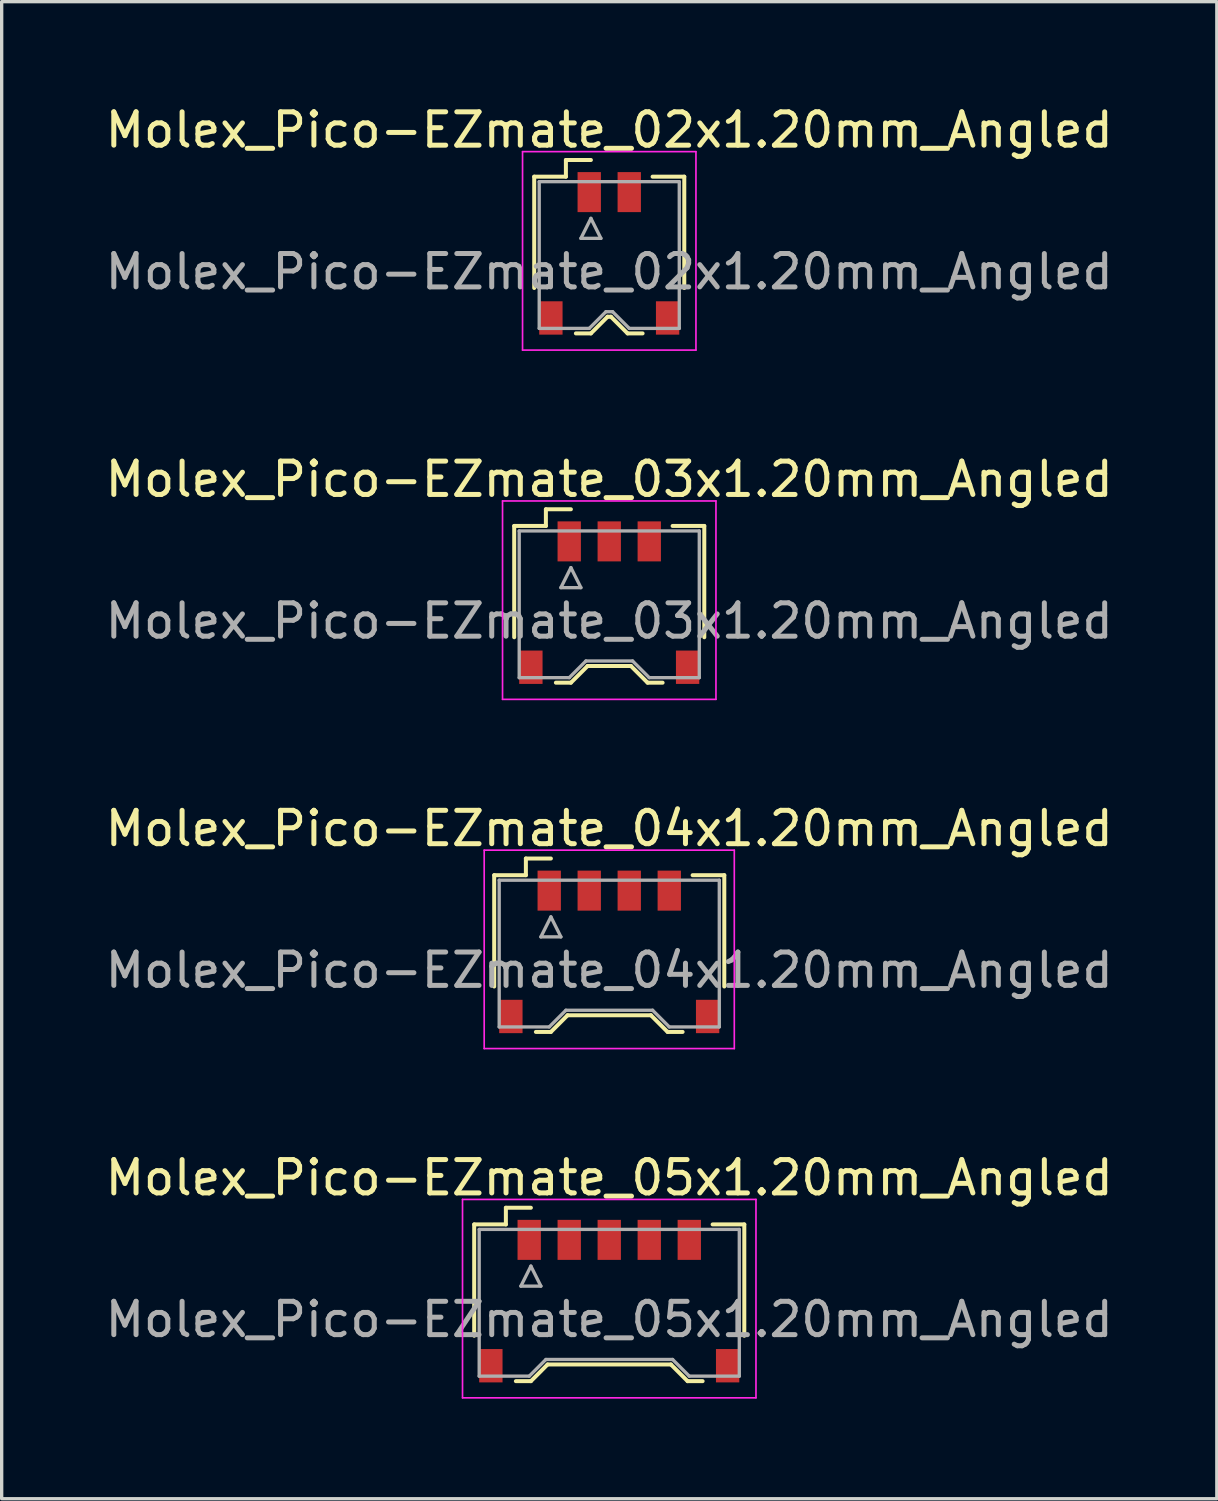
<source format=kicad_pcb>
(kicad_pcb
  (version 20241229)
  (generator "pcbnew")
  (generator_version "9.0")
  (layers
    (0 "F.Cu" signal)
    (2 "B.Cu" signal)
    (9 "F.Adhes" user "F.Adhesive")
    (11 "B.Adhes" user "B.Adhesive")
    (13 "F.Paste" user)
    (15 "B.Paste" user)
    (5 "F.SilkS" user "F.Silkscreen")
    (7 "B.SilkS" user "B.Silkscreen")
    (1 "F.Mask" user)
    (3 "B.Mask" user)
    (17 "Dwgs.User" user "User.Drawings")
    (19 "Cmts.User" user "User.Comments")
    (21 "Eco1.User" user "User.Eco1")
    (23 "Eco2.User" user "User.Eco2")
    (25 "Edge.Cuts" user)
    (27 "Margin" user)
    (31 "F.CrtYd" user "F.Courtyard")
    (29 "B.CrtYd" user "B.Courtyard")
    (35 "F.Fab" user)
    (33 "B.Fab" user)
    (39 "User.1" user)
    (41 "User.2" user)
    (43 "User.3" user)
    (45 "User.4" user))
  (footprint "Molex_Pico-EZmate_03x1.20mm_Angled"
    (layer "F.Cu")
    (at 15.22 15.072)
    (property "Reference" "Molex_Pico-EZmate_03x1.20mm_Angled" (at 0 -3.75 0) (layer "F.SilkS") (effects (font (size 1 1) (thickness 0.15))))
    (attr smd)
    (fp_line (start -2.85 -2.35) (end -2.85 0.988) (stroke (width 0.12) (type solid)) (layer "F.SilkS"))
    (fp_line (start -1.9 -2.85) (end -1.15 -2.85) (stroke (width 0.12) (type solid)) (layer "F.SilkS"))
    (fp_line (start -1.9 -2.35) (end -2.85 -2.35) (stroke (width 0.12) (type solid)) (layer "F.SilkS"))
    (fp_line (start -1.9 -2.35) (end -1.9 -2.85) (stroke (width 0.12) (type solid)) (layer "F.SilkS"))
    (fp_line (start -1.6 2.35) (end -1.15 2.35) (stroke (width 0.12) (type solid)) (layer "F.SilkS"))
    (fp_line (start -1.15 2.35) (end -0.65 1.85) (stroke (width 0.12) (type solid)) (layer "F.SilkS"))
    (fp_line (start -0.65 1.85) (end 0.65 1.85) (stroke (width 0.12) (type solid)) (layer "F.SilkS"))
    (fp_line (start 0.65 1.85) (end 1.15 2.35) (stroke (width 0.12) (type solid)) (layer "F.SilkS"))
    (fp_line (start 1.15 2.35) (end 1.6 2.35) (stroke (width 0.12) (type solid)) (layer "F.SilkS"))
    (fp_line (start 1.9 -2.35) (end 2.85 -2.35) (stroke (width 0.12) (type solid)) (layer "F.SilkS"))
    (fp_line (start 2.85 -2.35) (end 2.85 0.988) (stroke (width 0.12) (type solid)) (layer "F.SilkS"))
    (fp_line (start -3.2 -3.1) (end -3.2 2.85) (stroke (width 0.05) (type solid)) (layer "F.CrtYd"))
    (fp_line (start -3.2 2.85) (end 3.2 2.85) (stroke (width 0.05) (type solid)) (layer "F.CrtYd"))
    (fp_line (start 3.2 -3.1) (end -3.2 -3.1) (stroke (width 0.05) (type solid)) (layer "F.CrtYd"))
    (fp_line (start 3.2 2.85) (end 3.2 -3.1) (stroke (width 0.05) (type solid)) (layer "F.CrtYd"))
    (fp_line (start -2.7 -2.2) (end -2.7 2.2) (stroke (width 0.1) (type solid)) (layer "F.Fab"))
    (fp_line (start -2.7 2.2) (end -1.2 2.2) (stroke (width 0.1) (type solid)) (layer "F.Fab"))
    (fp_line (start -1.45 -0.5) (end -0.85 -0.5) (stroke (width 0.1) (type solid)) (layer "F.Fab"))
    (fp_line (start -1.2 2.2) (end -0.7 1.7) (stroke (width 0.1) (type solid)) (layer "F.Fab"))
    (fp_line (start -1.15 -1.1) (end -1.45 -0.5) (stroke (width 0.1) (type solid)) (layer "F.Fab"))
    (fp_line (start -0.85 -0.5) (end -1.15 -1.1) (stroke (width 0.1) (type solid)) (layer "F.Fab"))
    (fp_line (start -0.7 1.7) (end 0.7 1.7) (stroke (width 0.1) (type solid)) (layer "F.Fab"))
    (fp_line (start 0.7 1.7) (end 1.2 2.2) (stroke (width 0.1) (type solid)) (layer "F.Fab"))
    (fp_line (start 1.2 2.2) (end 2.7 2.2) (stroke (width 0.1) (type solid)) (layer "F.Fab"))
    (fp_line (start 2.7 -2.2) (end -2.7 -2.2) (stroke (width 0.1) (type solid)) (layer "F.Fab"))
    (fp_line (start 2.7 2.2) (end 2.7 -2.2) (stroke (width 0.1) (type solid)) (layer "F.Fab"))
    (fp_text user "${REFERENCE}" (at 0 0.5 0) (layer "F.Fab") (effects (font (size 1 1) (thickness 0.15))))
    (pad "" smd rect (at -2.35 1.887) (size 0.7 1) (layers "F.Cu" "F.Mask" "F.Paste"))
    (pad "" smd rect (at 2.35 1.887) (size 0.7 1) (layers "F.Cu" "F.Mask" "F.Paste"))
    (pad "1" smd rect (at -1.2 -1.887) (size 0.7 1.2) (layers "F.Cu" "F.Mask" "F.Paste"))
    (pad "2" smd rect (at 0 -1.887) (size 0.7 1.2) (layers "F.Cu" "F.Mask" "F.Paste"))
    (pad "3" smd rect (at 1.2 -1.887) (size 0.7 1.2) (layers "F.Cu" "F.Mask" "F.Paste")))
  (footprint "Molex_Pico-EZmate_04x1.20mm_Angled"
    (layer "F.Cu")
    (at 15.22 25.545)
    (property "Reference" "Molex_Pico-EZmate_04x1.20mm_Angled" (at 0 -3.75 0) (layer "F.SilkS") (effects (font (size 1 1) (thickness 0.15))))
    (attr smd)
    (fp_line (start -3.45 -2.35) (end -3.45 0.988) (stroke (width 0.12) (type solid)) (layer "F.SilkS"))
    (fp_line (start -2.5 -2.85) (end -1.75 -2.85) (stroke (width 0.12) (type solid)) (layer "F.SilkS"))
    (fp_line (start -2.5 -2.35) (end -3.45 -2.35) (stroke (width 0.12) (type solid)) (layer "F.SilkS"))
    (fp_line (start -2.5 -2.35) (end -2.5 -2.85) (stroke (width 0.12) (type solid)) (layer "F.SilkS"))
    (fp_line (start -2.2 2.35) (end -1.75 2.35) (stroke (width 0.12) (type solid)) (layer "F.SilkS"))
    (fp_line (start -1.75 2.35) (end -1.25 1.85) (stroke (width 0.12) (type solid)) (layer "F.SilkS"))
    (fp_line (start -1.25 1.85) (end 1.25 1.85) (stroke (width 0.12) (type solid)) (layer "F.SilkS"))
    (fp_line (start 1.25 1.85) (end 1.75 2.35) (stroke (width 0.12) (type solid)) (layer "F.SilkS"))
    (fp_line (start 1.75 2.35) (end 2.2 2.35) (stroke (width 0.12) (type solid)) (layer "F.SilkS"))
    (fp_line (start 2.5 -2.35) (end 3.45 -2.35) (stroke (width 0.12) (type solid)) (layer "F.SilkS"))
    (fp_line (start 3.45 -2.35) (end 3.45 0.988) (stroke (width 0.12) (type solid)) (layer "F.SilkS"))
    (fp_line (start -3.75 -3.1) (end -3.75 2.85) (stroke (width 0.05) (type solid)) (layer "F.CrtYd"))
    (fp_line (start -3.75 2.85) (end 3.75 2.85) (stroke (width 0.05) (type solid)) (layer "F.CrtYd"))
    (fp_line (start 3.75 -3.1) (end -3.75 -3.1) (stroke (width 0.05) (type solid)) (layer "F.CrtYd"))
    (fp_line (start 3.75 2.85) (end 3.75 -3.1) (stroke (width 0.05) (type solid)) (layer "F.CrtYd"))
    (fp_line (start -3.3 -2.2) (end -3.3 2.2) (stroke (width 0.1) (type solid)) (layer "F.Fab"))
    (fp_line (start -3.3 2.2) (end -1.8 2.2) (stroke (width 0.1) (type solid)) (layer "F.Fab"))
    (fp_line (start -2.05 -0.5) (end -1.45 -0.5) (stroke (width 0.1) (type solid)) (layer "F.Fab"))
    (fp_line (start -1.8 2.2) (end -1.3 1.7) (stroke (width 0.1) (type solid)) (layer "F.Fab"))
    (fp_line (start -1.75 -1.1) (end -2.05 -0.5) (stroke (width 0.1) (type solid)) (layer "F.Fab"))
    (fp_line (start -1.45 -0.5) (end -1.75 -1.1) (stroke (width 0.1) (type solid)) (layer "F.Fab"))
    (fp_line (start -1.3 1.7) (end 1.3 1.7) (stroke (width 0.1) (type solid)) (layer "F.Fab"))
    (fp_line (start 1.3 1.7) (end 1.8 2.2) (stroke (width 0.1) (type solid)) (layer "F.Fab"))
    (fp_line (start 1.8 2.2) (end 3.3 2.2) (stroke (width 0.1) (type solid)) (layer "F.Fab"))
    (fp_line (start 3.3 -2.2) (end -3.3 -2.2) (stroke (width 0.1) (type solid)) (layer "F.Fab"))
    (fp_line (start 3.3 2.2) (end 3.3 -2.2) (stroke (width 0.1) (type solid)) (layer "F.Fab"))
    (fp_text user "${REFERENCE}" (at 0 0.5 0) (layer "F.Fab") (effects (font (size 1 1) (thickness 0.15))))
    (pad "" smd rect (at -2.95 1.887) (size 0.7 1) (layers "F.Cu" "F.Mask" "F.Paste"))
    (pad "" smd rect (at 2.95 1.887) (size 0.7 1) (layers "F.Cu" "F.Mask" "F.Paste"))
    (pad "1" smd rect (at -1.8 -1.887) (size 0.7 1.2) (layers "F.Cu" "F.Mask" "F.Paste"))
    (pad "2" smd rect (at -0.6 -1.887) (size 0.7 1.2) (layers "F.Cu" "F.Mask" "F.Paste"))
    (pad "3" smd rect (at 0.6 -1.887) (size 0.7 1.2) (layers "F.Cu" "F.Mask" "F.Paste"))
    (pad "4" smd rect (at 1.8 -1.887) (size 0.7 1.2) (layers "F.Cu" "F.Mask" "F.Paste")))
  (footprint "Molex_Pico-EZmate_05x1.20mm_Angled"
    (layer "F.Cu")
    (at 15.22 36.018)
    (property "Reference" "Molex_Pico-EZmate_05x1.20mm_Angled" (at 0 -3.75 0) (layer "F.SilkS") (effects (font (size 1 1) (thickness 0.15))))
    (attr smd)
    (fp_line (start -4.05 -2.35) (end -4.05 0.988) (stroke (width 0.12) (type solid)) (layer "F.SilkS"))
    (fp_line (start -3.1 -2.85) (end -2.35 -2.85) (stroke (width 0.12) (type solid)) (layer "F.SilkS"))
    (fp_line (start -3.1 -2.35) (end -4.05 -2.35) (stroke (width 0.12) (type solid)) (layer "F.SilkS"))
    (fp_line (start -3.1 -2.35) (end -3.1 -2.85) (stroke (width 0.12) (type solid)) (layer "F.SilkS"))
    (fp_line (start -2.8 2.35) (end -2.35 2.35) (stroke (width 0.12) (type solid)) (layer "F.SilkS"))
    (fp_line (start -2.35 2.35) (end -1.85 1.85) (stroke (width 0.12) (type solid)) (layer "F.SilkS"))
    (fp_line (start -1.85 1.85) (end 1.85 1.85) (stroke (width 0.12) (type solid)) (layer "F.SilkS"))
    (fp_line (start 1.85 1.85) (end 2.35 2.35) (stroke (width 0.12) (type solid)) (layer "F.SilkS"))
    (fp_line (start 2.35 2.35) (end 2.8 2.35) (stroke (width 0.12) (type solid)) (layer "F.SilkS"))
    (fp_line (start 3.1 -2.35) (end 4.05 -2.35) (stroke (width 0.12) (type solid)) (layer "F.SilkS"))
    (fp_line (start 4.05 -2.35) (end 4.05 0.988) (stroke (width 0.12) (type solid)) (layer "F.SilkS"))
    (fp_line (start -4.4 -3.1) (end -4.4 2.85) (stroke (width 0.05) (type solid)) (layer "F.CrtYd"))
    (fp_line (start -4.4 2.85) (end 4.4 2.85) (stroke (width 0.05) (type solid)) (layer "F.CrtYd"))
    (fp_line (start 4.4 -3.1) (end -4.4 -3.1) (stroke (width 0.05) (type solid)) (layer "F.CrtYd"))
    (fp_line (start 4.4 2.85) (end 4.4 -3.1) (stroke (width 0.05) (type solid)) (layer "F.CrtYd"))
    (fp_line (start -3.9 -2.2) (end -3.9 2.2) (stroke (width 0.1) (type solid)) (layer "F.Fab"))
    (fp_line (start -3.9 2.2) (end -2.4 2.2) (stroke (width 0.1) (type solid)) (layer "F.Fab"))
    (fp_line (start -2.65 -0.5) (end -2.05 -0.5) (stroke (width 0.1) (type solid)) (layer "F.Fab"))
    (fp_line (start -2.4 2.2) (end -1.9 1.7) (stroke (width 0.1) (type solid)) (layer "F.Fab"))
    (fp_line (start -2.35 -1.1) (end -2.65 -0.5) (stroke (width 0.1) (type solid)) (layer "F.Fab"))
    (fp_line (start -2.05 -0.5) (end -2.35 -1.1) (stroke (width 0.1) (type solid)) (layer "F.Fab"))
    (fp_line (start -1.9 1.7) (end 1.9 1.7) (stroke (width 0.1) (type solid)) (layer "F.Fab"))
    (fp_line (start 1.9 1.7) (end 2.4 2.2) (stroke (width 0.1) (type solid)) (layer "F.Fab"))
    (fp_line (start 2.4 2.2) (end 3.9 2.2) (stroke (width 0.1) (type solid)) (layer "F.Fab"))
    (fp_line (start 3.9 -2.2) (end -3.9 -2.2) (stroke (width 0.1) (type solid)) (layer "F.Fab"))
    (fp_line (start 3.9 2.2) (end 3.9 -2.2) (stroke (width 0.1) (type solid)) (layer "F.Fab"))
    (fp_text user "${REFERENCE}" (at 0 0.5 0) (layer "F.Fab") (effects (font (size 1 1) (thickness 0.15))))
    (pad "" smd rect (at -3.55 1.887) (size 0.7 1) (layers "F.Cu" "F.Mask" "F.Paste"))
    (pad "" smd rect (at 3.55 1.887) (size 0.7 1) (layers "F.Cu" "F.Mask" "F.Paste"))
    (pad "1" smd rect (at -2.4 -1.887) (size 0.7 1.2) (layers "F.Cu" "F.Mask" "F.Paste"))
    (pad "2" smd rect (at -1.2 -1.887) (size 0.7 1.2) (layers "F.Cu" "F.Mask" "F.Paste"))
    (pad "3" smd rect (at 0 -1.887) (size 0.7 1.2) (layers "F.Cu" "F.Mask" "F.Paste"))
    (pad "4" smd rect (at 1.2 -1.887) (size 0.7 1.2) (layers "F.Cu" "F.Mask" "F.Paste"))
    (pad "5" smd rect (at 2.4 -1.887) (size 0.7 1.2) (layers "F.Cu" "F.Mask" "F.Paste")))
  (footprint "Molex_Pico-EZmate_02x1.20mm_Angled"
    (layer "F.Cu")
    (at 15.22 4.598)
    (property "Reference" "Molex_Pico-EZmate_02x1.20mm_Angled" (at 0 -3.75 0) (layer "F.SilkS") (effects (font (size 1 1) (thickness 0.15))))
    (attr smd)
    (fp_line (start -2.25 -2.35) (end -2.25 0.988) (stroke (width 0.12) (type solid)) (layer "F.SilkS"))
    (fp_line (start -1.3 -2.85) (end -0.55 -2.85) (stroke (width 0.12) (type solid)) (layer "F.SilkS"))
    (fp_line (start -1.3 -2.35) (end -2.25 -2.35) (stroke (width 0.12) (type solid)) (layer "F.SilkS"))
    (fp_line (start -1.3 -2.35) (end -1.3 -2.85) (stroke (width 0.12) (type solid)) (layer "F.SilkS"))
    (fp_line (start -1 2.35) (end -0.55 2.35) (stroke (width 0.12) (type solid)) (layer "F.SilkS"))
    (fp_line (start -0.55 2.35) (end -0.05 1.85) (stroke (width 0.12) (type solid)) (layer "F.SilkS"))
    (fp_line (start -0.05 1.85) (end 0.05 1.85) (stroke (width 0.12) (type solid)) (layer "F.SilkS"))
    (fp_line (start 0.05 1.85) (end 0.55 2.35) (stroke (width 0.12) (type solid)) (layer "F.SilkS"))
    (fp_line (start 0.55 2.35) (end 1 2.35) (stroke (width 0.12) (type solid)) (layer "F.SilkS"))
    (fp_line (start 1.3 -2.35) (end 2.25 -2.35) (stroke (width 0.12) (type solid)) (layer "F.SilkS"))
    (fp_line (start 2.25 -2.35) (end 2.25 0.988) (stroke (width 0.12) (type solid)) (layer "F.SilkS"))
    (fp_line (start -2.6 -3.1) (end -2.6 2.85) (stroke (width 0.05) (type solid)) (layer "F.CrtYd"))
    (fp_line (start -2.6 2.85) (end 2.6 2.85) (stroke (width 0.05) (type solid)) (layer "F.CrtYd"))
    (fp_line (start 2.6 -3.1) (end -2.6 -3.1) (stroke (width 0.05) (type solid)) (layer "F.CrtYd"))
    (fp_line (start 2.6 2.85) (end 2.6 -3.1) (stroke (width 0.05) (type solid)) (layer "F.CrtYd"))
    (fp_line (start -2.1 -2.2) (end -2.1 2.2) (stroke (width 0.1) (type solid)) (layer "F.Fab"))
    (fp_line (start -2.1 2.2) (end -0.6 2.2) (stroke (width 0.1) (type solid)) (layer "F.Fab"))
    (fp_line (start -0.85 -0.5) (end -0.25 -0.5) (stroke (width 0.1) (type solid)) (layer "F.Fab"))
    (fp_line (start -0.6 2.2) (end -0.1 1.7) (stroke (width 0.1) (type solid)) (layer "F.Fab"))
    (fp_line (start -0.55 -1.1) (end -0.85 -0.5) (stroke (width 0.1) (type solid)) (layer "F.Fab"))
    (fp_line (start -0.25 -0.5) (end -0.55 -1.1) (stroke (width 0.1) (type solid)) (layer "F.Fab"))
    (fp_line (start -0.1 1.7) (end 0.1 1.7) (stroke (width 0.1) (type solid)) (layer "F.Fab"))
    (fp_line (start 0.1 1.7) (end 0.6 2.2) (stroke (width 0.1) (type solid)) (layer "F.Fab"))
    (fp_line (start 0.6 2.2) (end 2.1 2.2) (stroke (width 0.1) (type solid)) (layer "F.Fab"))
    (fp_line (start 2.1 -2.2) (end -2.1 -2.2) (stroke (width 0.1) (type solid)) (layer "F.Fab"))
    (fp_line (start 2.1 2.2) (end 2.1 -2.2) (stroke (width 0.1) (type solid)) (layer "F.Fab"))
    (fp_text user "${REFERENCE}" (at 0 0.5 0) (layer "F.Fab") (effects (font (size 1 1) (thickness 0.15))))
    (pad "" smd rect (at -1.75 1.887) (size 0.7 1) (layers "F.Cu" "F.Mask" "F.Paste"))
    (pad "" smd rect (at 1.75 1.887) (size 0.7 1) (layers "F.Cu" "F.Mask" "F.Paste"))
    (pad "1" smd rect (at -0.6 -1.887) (size 0.7 1.2) (layers "F.Cu" "F.Mask" "F.Paste"))
    (pad "2" smd rect (at 0.6 -1.887) (size 0.7 1.2) (layers "F.Cu" "F.Mask" "F.Paste")))
  (gr_rect
    (start -3 -3)
    (end 33.44 41.893)
    (stroke (width 0.1) (type default))
    (fill no)
    (layer "Edge.Cuts")))
</source>
